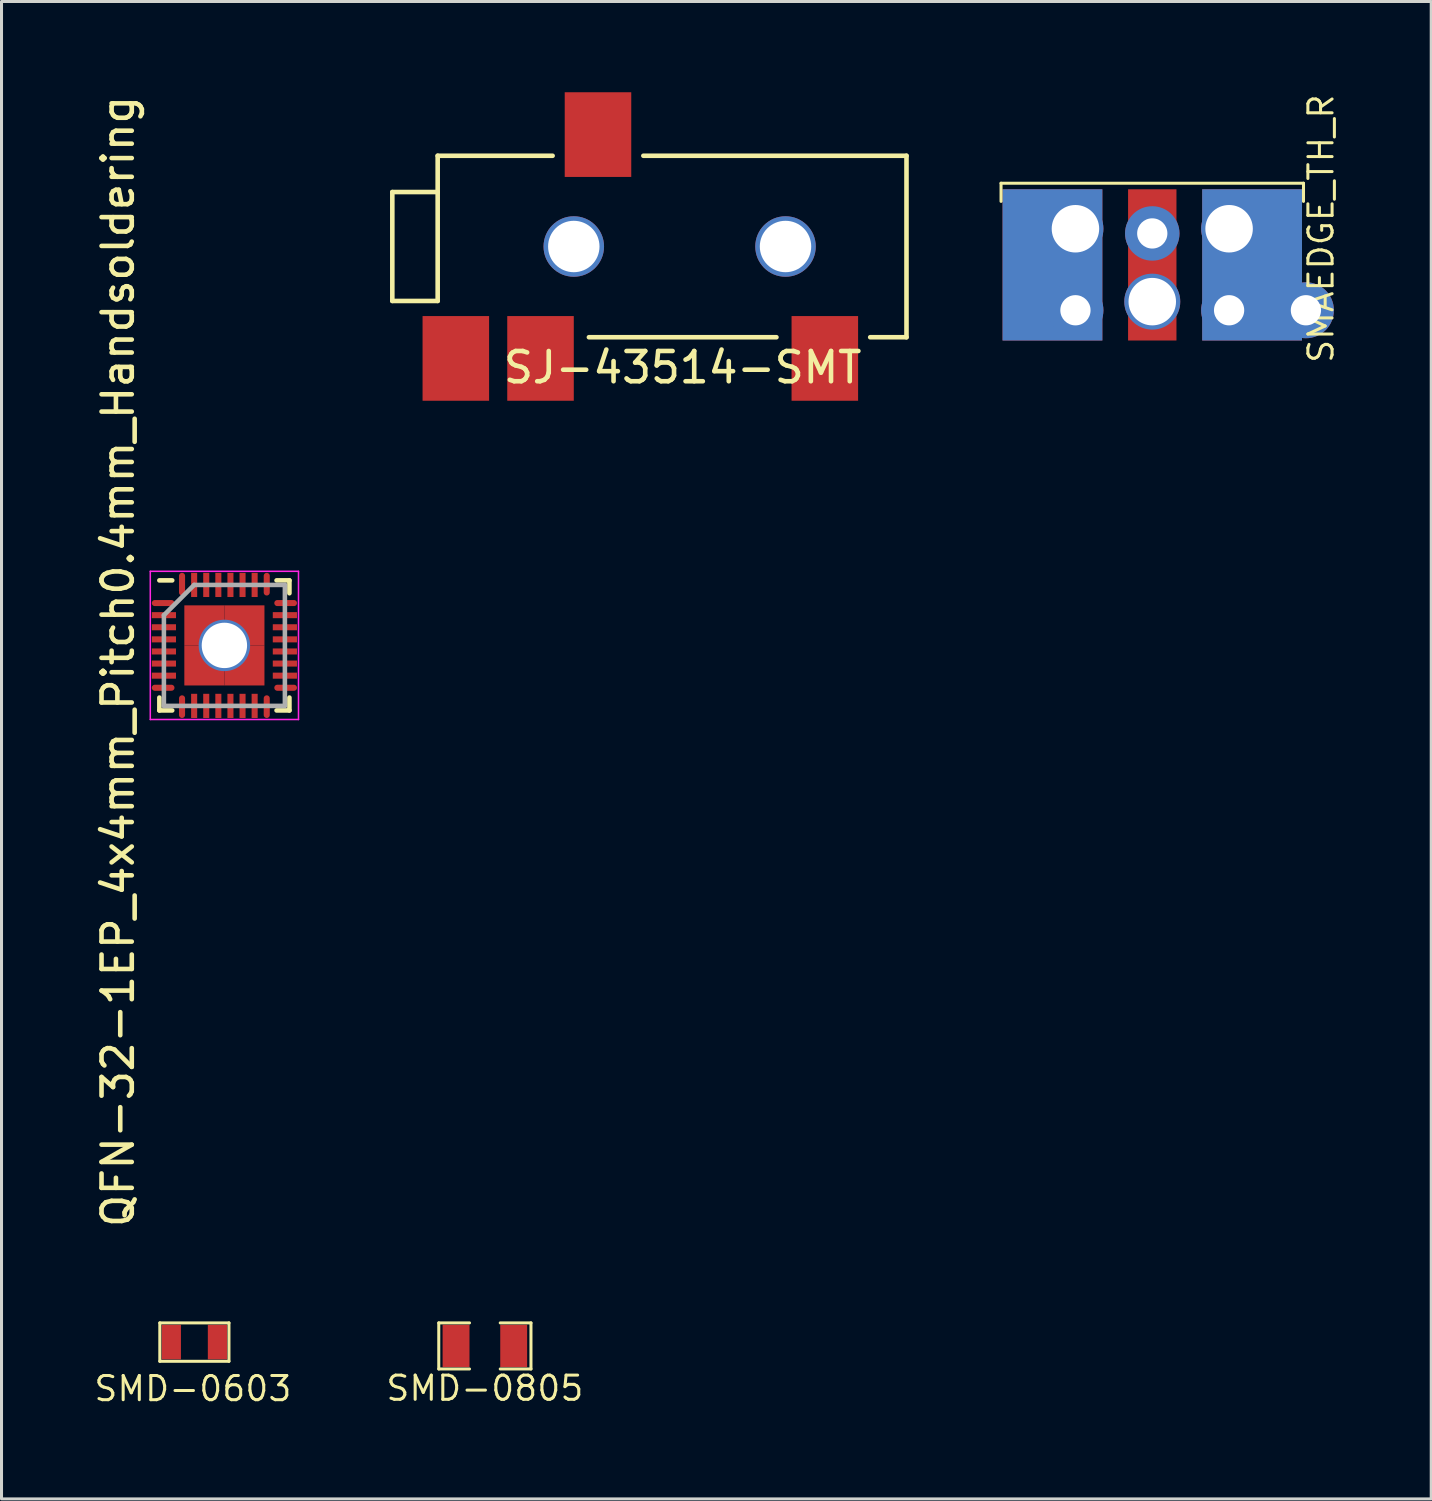
<source format=kicad_pcb>
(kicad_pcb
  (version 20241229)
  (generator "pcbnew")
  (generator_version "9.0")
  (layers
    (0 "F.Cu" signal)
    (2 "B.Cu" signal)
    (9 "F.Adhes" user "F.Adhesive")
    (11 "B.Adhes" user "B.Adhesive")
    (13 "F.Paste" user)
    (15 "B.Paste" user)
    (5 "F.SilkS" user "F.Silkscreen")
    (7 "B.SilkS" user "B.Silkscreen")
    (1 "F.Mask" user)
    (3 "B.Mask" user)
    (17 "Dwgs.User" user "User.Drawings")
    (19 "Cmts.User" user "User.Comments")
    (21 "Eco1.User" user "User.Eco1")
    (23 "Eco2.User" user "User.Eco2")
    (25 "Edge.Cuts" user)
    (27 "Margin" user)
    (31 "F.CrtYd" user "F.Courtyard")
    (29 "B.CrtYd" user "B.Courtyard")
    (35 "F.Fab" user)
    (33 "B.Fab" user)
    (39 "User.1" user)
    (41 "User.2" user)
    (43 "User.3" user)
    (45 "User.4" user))
  (footprint "SMD-0805"
    (layer "F.Cu")
    (at 12.981 41.45)
    (property "Reference" "SMD-0805" (at 0 1.4 0) (layer "F.SilkS") (effects (font (size 0.8 0.8) (thickness 0.1))))
    (attr smd)
    (fp_line (start -1.524 -0.762) (end -0.508 -0.762) (stroke (width 0.1) (type solid)) (layer "F.SilkS"))
    (fp_line (start -1.524 0.762) (end -1.524 -0.762) (stroke (width 0.1) (type solid)) (layer "F.SilkS"))
    (fp_line (start -0.508 0.762) (end -1.524 0.762) (stroke (width 0.1) (type solid)) (layer "F.SilkS"))
    (fp_line (start 0.508 -0.762) (end 1.524 -0.762) (stroke (width 0.1) (type solid)) (layer "F.SilkS"))
    (fp_line (start 1.524 -0.762) (end 1.524 0.762) (stroke (width 0.1) (type solid)) (layer "F.SilkS"))
    (fp_line (start 1.524 0.762) (end 0.508 0.762) (stroke (width 0.1) (type solid)) (layer "F.SilkS"))
    (pad "1" smd rect (at -0.953 0) (size 0.889 1.397) (layers "F.Cu" "F.Mask" "F.Paste"))
    (pad "2" smd rect (at 0.953 0) (size 0.889 1.397) (layers "F.Cu" "F.Mask" "F.Paste")))
  (footprint "QFN-32-1EP_4x4mm_Pitch0.4mm_Handsoldering"
    (layer "F.Cu")
    (at 4.369 18.289)
    (property "Reference" "QFN-32-1EP_4x4mm_Pitch0.4mm_Handsoldering" (at -3.517 0.53 90) (layer "F.SilkS") (effects (font (size 1 1) (thickness 0.152))))
    (attr smd)
    (fp_line (start -2.15 -2.15) (end -1.725 -2.15) (stroke (width 0.152) (type solid)) (layer "F.SilkS"))
    (fp_line (start -2.15 2.15) (end -2.15 1.725) (stroke (width 0.152) (type solid)) (layer "F.SilkS"))
    (fp_line (start -2.15 2.15) (end -1.725 2.15) (stroke (width 0.152) (type solid)) (layer "F.SilkS"))
    (fp_line (start 2.15 -2.15) (end 1.725 -2.15) (stroke (width 0.152) (type solid)) (layer "F.SilkS"))
    (fp_line (start 2.15 -2.15) (end 2.15 -1.725) (stroke (width 0.152) (type solid)) (layer "F.SilkS"))
    (fp_line (start 2.15 2.15) (end 1.725 2.15) (stroke (width 0.152) (type solid)) (layer "F.SilkS"))
    (fp_line (start 2.15 2.15) (end 2.15 1.725) (stroke (width 0.152) (type solid)) (layer "F.SilkS"))
    (fp_line (start -2.45 -2.45) (end -2.45 2.45) (stroke (width 0.05) (type solid)) (layer "F.CrtYd"))
    (fp_line (start -2.45 -2.45) (end 2.45 -2.45) (stroke (width 0.05) (type solid)) (layer "F.CrtYd"))
    (fp_line (start -2.45 2.45) (end 2.45 2.45) (stroke (width 0.05) (type solid)) (layer "F.CrtYd"))
    (fp_line (start 2.45 -2.45) (end 2.45 2.45) (stroke (width 0.05) (type solid)) (layer "F.CrtYd"))
    (fp_line (start -2 -1) (end -1 -2) (stroke (width 0.15) (type solid)) (layer "F.Fab"))
    (fp_line (start -2 2) (end -2 -1) (stroke (width 0.15) (type solid)) (layer "F.Fab"))
    (fp_line (start -1 -2) (end 2 -2) (stroke (width 0.15) (type solid)) (layer "F.Fab"))
    (fp_line (start 2 -2) (end 2 2) (stroke (width 0.15) (type solid)) (layer "F.Fab"))
    (fp_line (start 2 2) (end -2 2) (stroke (width 0.15) (type solid)) (layer "F.Fab"))
    (pad "1" smd oval (at -2.025 -1.4) (size 0.75 0.2) (layers "F.Cu" "F.Mask" "F.Paste"))
    (pad "2" smd rect (at -2 -1) (size 0.8 0.2) (layers "F.Cu" "F.Mask" "F.Paste"))
    (pad "3" smd rect (at -2 -0.6) (size 0.8 0.2) (layers "F.Cu" "F.Mask" "F.Paste"))
    (pad "4" smd rect (at -2 -0.2) (size 0.8 0.2) (layers "F.Cu" "F.Mask" "F.Paste"))
    (pad "5" smd rect (at -2 0.2) (size 0.8 0.2) (layers "F.Cu" "F.Mask" "F.Paste"))
    (pad "6" smd rect (at -2 0.6) (size 0.8 0.2) (layers "F.Cu" "F.Mask" "F.Paste"))
    (pad "7" smd rect (at -2 1) (size 0.8 0.2) (layers "F.Cu" "F.Mask" "F.Paste"))
    (pad "8" smd oval (at -2.025 1.4) (size 0.75 0.2) (layers "F.Cu" "F.Mask" "F.Paste"))
    (pad "9" smd oval (at -1.4 2.025 90) (size 0.75 0.2) (layers "F.Cu" "F.Mask" "F.Paste"))
    (pad "10" smd rect (at -1 2 90) (size 0.8 0.2) (layers "F.Cu" "F.Mask" "F.Paste"))
    (pad "11" smd rect (at -0.6 2 90) (size 0.8 0.2) (layers "F.Cu" "F.Mask" "F.Paste"))
    (pad "12" smd rect (at -0.2 2 90) (size 0.8 0.2) (layers "F.Cu" "F.Mask" "F.Paste"))
    (pad "13" smd rect (at 0.2 2 90) (size 0.8 0.2) (layers "F.Cu" "F.Mask" "F.Paste"))
    (pad "14" smd rect (at 0.6 2 90) (size 0.8 0.2) (layers "F.Cu" "F.Mask" "F.Paste"))
    (pad "15" smd rect (at 1 2 90) (size 0.8 0.2) (layers "F.Cu" "F.Mask" "F.Paste"))
    (pad "16" smd oval (at 1.4 2.025 90) (size 0.75 0.2) (layers "F.Cu" "F.Mask" "F.Paste"))
    (pad "17" smd oval (at 2.025 1.4) (size 0.75 0.2) (layers "F.Cu" "F.Mask" "F.Paste"))
    (pad "18" smd rect (at 2 1) (size 0.8 0.2) (layers "F.Cu" "F.Mask" "F.Paste"))
    (pad "19" smd rect (at 2 0.6) (size 0.8 0.2) (layers "F.Cu" "F.Mask" "F.Paste"))
    (pad "20" smd rect (at 2 0.2) (size 0.8 0.2) (layers "F.Cu" "F.Mask" "F.Paste"))
    (pad "21" smd rect (at 2 -0.2) (size 0.8 0.2) (layers "F.Cu" "F.Mask" "F.Paste"))
    (pad "22" smd rect (at 2 -0.6) (size 0.8 0.2) (layers "F.Cu" "F.Mask" "F.Paste"))
    (pad "23" smd rect (at 2 -1) (size 0.8 0.2) (layers "F.Cu" "F.Mask" "F.Paste"))
    (pad "24" smd oval (at 2.025 -1.4) (size 0.75 0.2) (layers "F.Cu" "F.Mask" "F.Paste"))
    (pad "25" smd oval (at 1.4 -2.025 90) (size 0.75 0.2) (layers "F.Cu" "F.Mask" "F.Paste"))
    (pad "26" smd rect (at 1 -2 90) (size 0.8 0.2) (layers "F.Cu" "F.Mask" "F.Paste"))
    (pad "27" smd rect (at 0.6 -2 90) (size 0.8 0.2) (layers "F.Cu" "F.Mask" "F.Paste"))
    (pad "28" smd rect (at 0.2 -2 90) (size 0.8 0.2) (layers "F.Cu" "F.Mask" "F.Paste"))
    (pad "29" smd rect (at -0.2 -2 90) (size 0.8 0.2) (layers "F.Cu" "F.Mask" "F.Paste"))
    (pad "30" smd rect (at -0.6 -2 90) (size 0.8 0.2) (layers "F.Cu" "F.Mask" "F.Paste"))
    (pad "31" smd rect (at -1 -2 90) (size 0.8 0.2) (layers "F.Cu" "F.Mask" "F.Paste"))
    (pad "32" smd oval (at -1.4 -2.025 90) (size 0.75 0.2) (layers "F.Cu" "F.Mask" "F.Paste"))
    (pad "33" smd rect (at -0.662 -0.662) (size 1.325 1.325) (layers "F.Cu" "F.Mask" "F.Paste"))
    (pad "33" smd rect (at -0.662 0.662) (size 1.325 1.325) (layers "F.Cu" "F.Mask" "F.Paste"))
    (pad "33" thru_hole circle (at 0 0 90) (size 1.7 1.7) (drill 1.5) (layers "*.Cu" "*.Mask"))
    (pad "33" smd rect (at 0.662 -0.662) (size 1.325 1.325) (layers "F.Cu" "F.Mask" "F.Paste"))
    (pad "33" smd rect (at 0.662 0.662) (size 1.325 1.325) (layers "F.Cu" "F.Mask" "F.Paste")))
  (footprint "SMAEDGE_TH_R"
    (layer "F.Cu")
    (at 35.047 8.408)
    (property "Reference" "SMAEDGE_TH_R" (at 5.58 -3.9 90) (layer "F.SilkS") (effects (font (size 0.8 0.8) (thickness 0.1))))
    (attr through_hole)
    (fp_line (start -5 -5.4) (end -5 -4.8) (stroke (width 0.1) (type solid)) (layer "F.SilkS"))
    (fp_line (start -5 -5.4) (end 5 -5.4) (stroke (width 0.1) (type solid)) (layer "F.SilkS"))
    (fp_line (start 5 -5.4) (end 5 -4.8) (stroke (width 0.1) (type solid)) (layer "F.SilkS"))
    (pad "1" thru_hole circle (at 0 -3.74) (size 1.8 1.8) (drill 1) (layers "*.Cu" "*.Mask"))
    (pad "1" smd rect (at 0 -2.7) (size 1.6 5) (layers "F.Cu" "F.Mask" "F.Paste"))
    (pad "1" thru_hole circle (at 0 -1.485) (size 1.85 1.85) (drill 1.57) (layers "*.Cu" "*.Mask"))
    (pad "2" smd rect (at -3.3 -2.7) (size 3.3 5) (layers "F.Cu" "F.Mask" "F.Paste"))
    (pad "2" smd rect (at -3.3 -2.7) (size 3.3 5) (layers "B.Cu" "B.Mask" "B.Paste"))
    (pad "2" thru_hole circle (at -2.54 -3.895) (size 1.85 1.85) (drill 1.57) (layers "*.Cu" "*.Mask"))
    (pad "2" thru_hole circle (at -2.54 -1.2) (size 1.85 1.85) (drill 1) (layers "*.Cu" "*.Mask"))
    (pad "2" thru_hole circle (at 2.54 -3.895) (size 1.85 1.85) (drill 1.57) (layers "*.Cu" "*.Mask"))
    (pad "2" thru_hole circle (at 2.54 -1.2) (size 1.85 1.85) (drill 1) (layers "*.Cu" "*.Mask"))
    (pad "2" smd rect (at 3.3 -2.7) (size 3.3 5) (layers "F.Cu" "F.Mask" "F.Paste"))
    (pad "2" smd rect (at 3.3 -2.7) (size 3.3 5) (layers "*.Paste" "B.Cu" "B.Mask"))
    (pad "2" thru_hole circle (at 5.08 -1.2) (size 1.85 1.85) (drill 1) (layers "*.Cu" "*.Mask")))
  (footprint "SMD-0603"
    (layer "F.Cu")
    (at 3.377 41.323)
    (property "Reference" "SMD-0603" (at -0.05 1.54 0) (layer "F.SilkS") (effects (font (size 0.8 0.8) (thickness 0.1))))
    (attr smd)
    (fp_line (start -1.143 -0.635) (end 1.143 -0.635) (stroke (width 0.1) (type solid)) (layer "F.SilkS"))
    (fp_line (start -1.143 0.635) (end -1.143 -0.635) (stroke (width 0.1) (type solid)) (layer "F.SilkS"))
    (fp_line (start 1.143 -0.635) (end 1.143 0.635) (stroke (width 0.1) (type solid)) (layer "F.SilkS"))
    (fp_line (start 1.143 0.635) (end -1.143 0.635) (stroke (width 0.1) (type solid)) (layer "F.SilkS"))
    (pad "1" smd rect (at -0.762 0) (size 0.635 1.143) (layers "F.Cu" "F.Mask" "F.Paste"))
    (pad "2" smd rect (at 0.762 0) (size 0.635 1.143) (layers "F.Cu" "F.Mask" "F.Paste")))
  (footprint "SJ-43514-SMT"
    (layer "F.Cu")
    (at 19.421 5.1)
    (property "Reference" "SJ-43514-SMT" (at 0.1 4 0) (layer "F.SilkS") (effects (font (size 1 1) (thickness 0.152))))
    (attr through_hole)
    (fp_line (start -9.5 -1.8) (end -8 -1.8) (stroke (width 0.152) (type solid)) (layer "F.SilkS"))
    (fp_line (start -9.5 1.8) (end -9.5 -1.8) (stroke (width 0.152) (type solid)) (layer "F.SilkS"))
    (fp_line (start -8 -3) (end -8 1.8) (stroke (width 0.152) (type solid)) (layer "F.SilkS"))
    (fp_line (start -8 -3) (end -4.2 -3) (stroke (width 0.152) (type solid)) (layer "F.SilkS"))
    (fp_line (start -8 1.8) (end -9.5 1.8) (stroke (width 0.152) (type solid)) (layer "F.SilkS"))
    (fp_line (start -3 3) (end 3.2 3) (stroke (width 0.152) (type solid)) (layer "F.SilkS"))
    (fp_line (start -1.2 -3) (end 7.5 -3) (stroke (width 0.152) (type solid)) (layer "F.SilkS"))
    (fp_line (start 7.5 -3) (end 7.5 3) (stroke (width 0.152) (type solid)) (layer "F.SilkS"))
    (fp_line (start 7.5 3) (end 6.3 3) (stroke (width 0.152) (type solid)) (layer "F.SilkS"))
    (pad "" np_thru_hole circle (at -3.5 0) (size 2 2) (drill 1.7) (layers "*.Cu" "*.Mask"))
    (pad "" np_thru_hole circle (at 3.5 0) (size 2 2) (drill 1.7) (layers "*.Cu" "*.Mask"))
    (pad "1" smd rect (at -7.4 3.7) (size 2.2 2.8) (layers "F.Cu" "F.Mask" "F.Paste"))
    (pad "2" smd rect (at 4.8 3.7) (size 2.2 2.8) (layers "F.Cu" "F.Mask" "F.Paste"))
    (pad "3" smd rect (at -2.7 -3.7) (size 2.2 2.8) (layers "F.Cu" "F.Mask" "F.Paste"))
    (pad "4" smd rect (at -4.6 3.7) (size 2.2 2.8) (layers "F.Cu" "F.Mask" "F.Paste")))
  (gr_rect
    (start -3 -3)
    (end 44.27 46.507)
    (stroke (width 0.1) (type default))
    (fill no)
    (layer "Edge.Cuts")))
</source>
